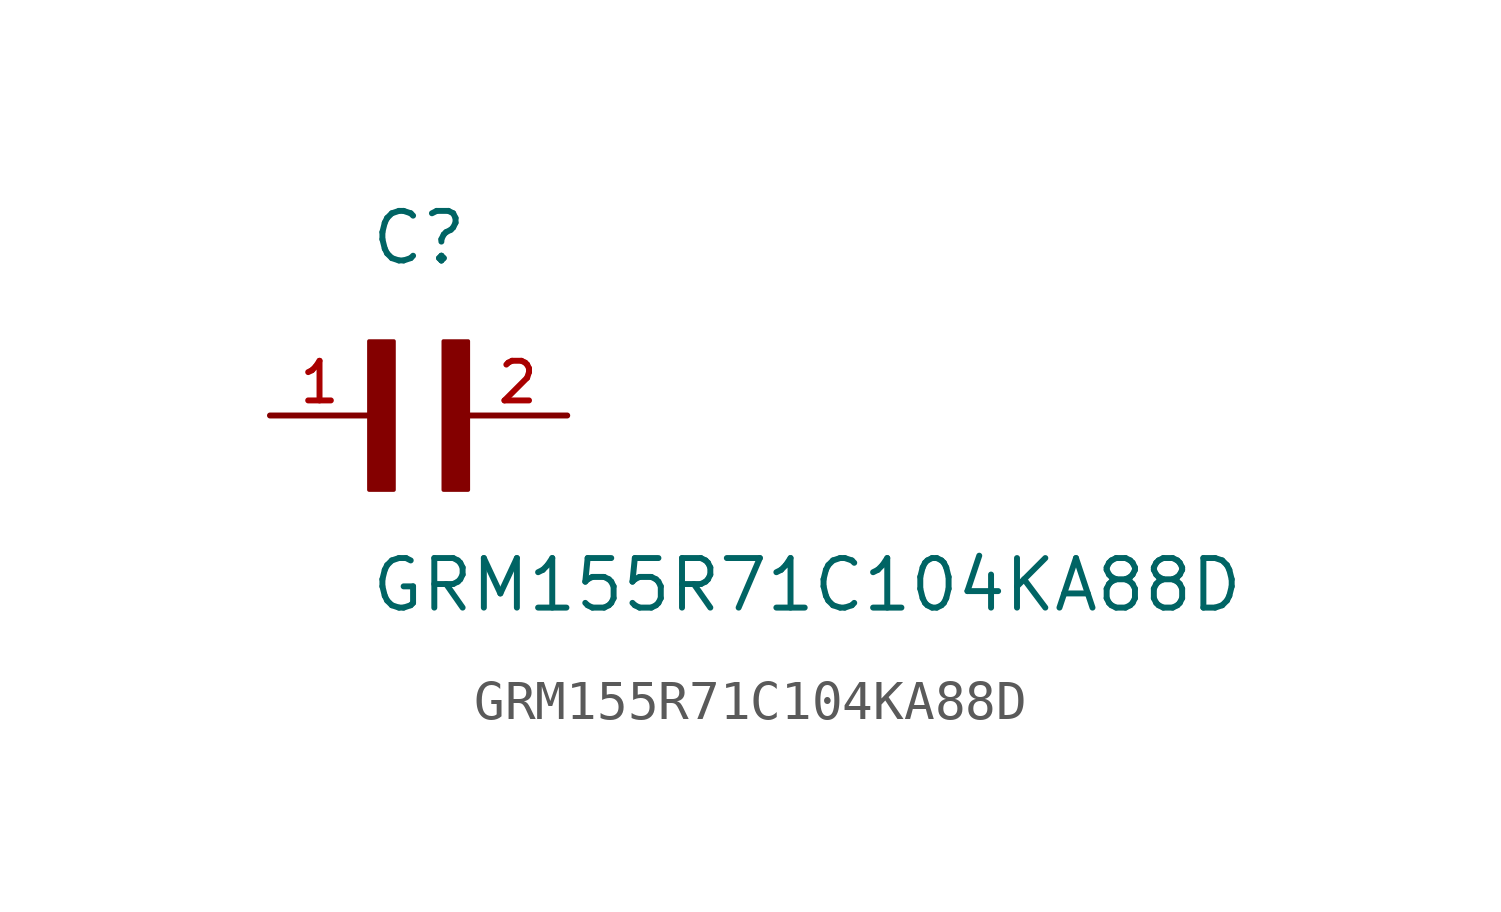
<source format=kicad_sym>
(kicad_symbol_lib
  (version 20211014)
  (generator kicad_symbol_editor)
  (symbol "GRM155R71C104KA88D"
    (pin_names
      (offset 1.016))
    (property "Reference" "C"
      (at 0.0 3.811 0)
      (effects (font (size 1.27 1.27)) (justify bottom left)))
    (property "Value" "GRM155R71C104KA88D"
      (at 0.0 -5.088 0)
      (effects (font (size 1.27 1.27)) (justify bottom left)))
    (symbol "GRM155R71C104KA88D_0_0"
      (rectangle (start 0.0 -1.907) (end 0.635 1.905) (stroke (width 0.1)) (fill (type outline)))
      (rectangle (start 1.907 -1.907) (end 2.54 1.905) (stroke (width 0.1)) (fill (type outline)))
      (pin passive line (at 5.08 0.0 180.0) (length 2.54) (name "~" (effects (font (size 1.016 1.016)))) (number "2" (effects (font (size 1.016 1.016)))))
      (pin passive line (at -2.54 0.0 0) (length 2.54) (name "~" (effects (font (size 1.016 1.016)))) (number "1" (effects (font (size 1.016 1.016))))))))
</source>
